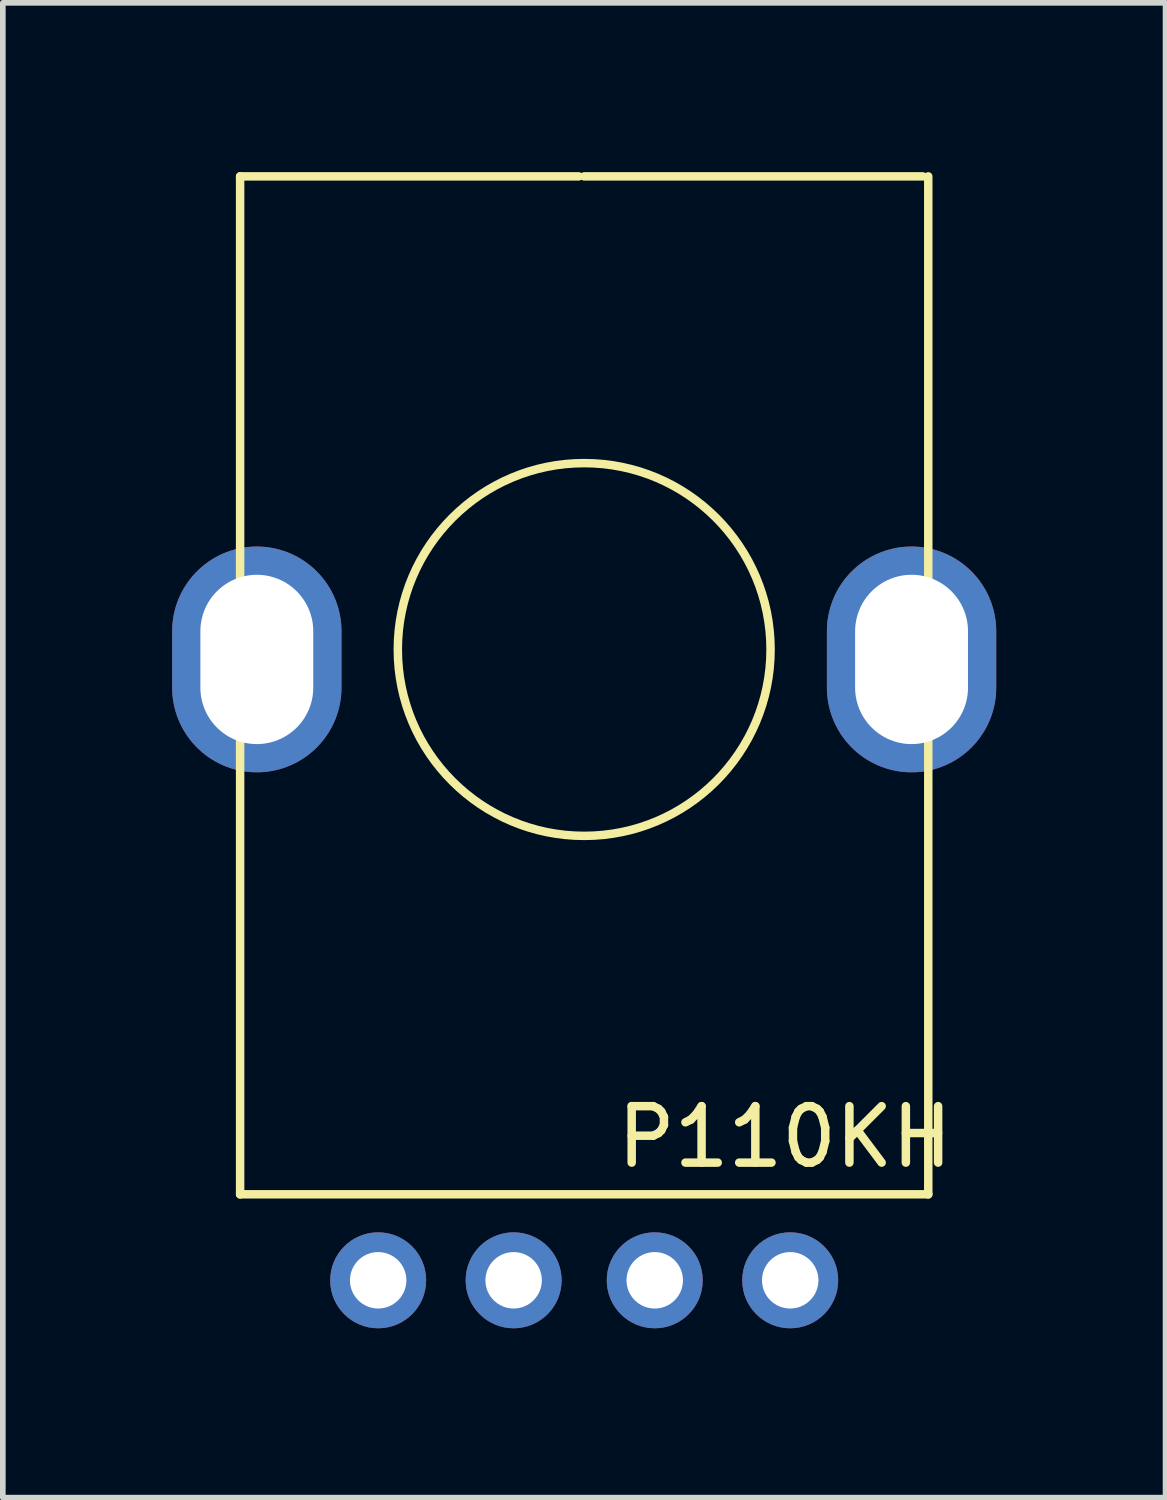
<source format=kicad_pcb>
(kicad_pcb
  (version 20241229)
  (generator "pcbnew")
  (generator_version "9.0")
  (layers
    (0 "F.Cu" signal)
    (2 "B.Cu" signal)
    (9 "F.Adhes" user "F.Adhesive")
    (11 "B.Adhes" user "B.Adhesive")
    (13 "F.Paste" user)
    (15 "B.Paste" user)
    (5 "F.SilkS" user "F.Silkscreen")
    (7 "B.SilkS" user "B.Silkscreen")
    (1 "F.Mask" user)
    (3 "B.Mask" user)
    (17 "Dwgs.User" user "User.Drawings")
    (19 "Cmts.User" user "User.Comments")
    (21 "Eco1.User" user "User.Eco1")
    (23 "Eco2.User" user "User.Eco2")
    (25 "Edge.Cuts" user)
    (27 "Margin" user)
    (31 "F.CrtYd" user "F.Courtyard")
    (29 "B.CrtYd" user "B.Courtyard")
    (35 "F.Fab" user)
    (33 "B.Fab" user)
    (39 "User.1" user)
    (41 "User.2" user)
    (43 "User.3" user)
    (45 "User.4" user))
  (footprint "P110KH"
    (layer "F.Cu")
    (at 7.3 19.633)
    (property "Reference" "P110KH" (at 3.556 -2.54 0) (layer "F.SilkS") (effects (font (size 1 1) (thickness 0.15))))
    (attr through_hole)
    (fp_line (start -6.096 -10.922) (end -6.096 -19.558) (stroke (width 0.15) (type solid)) (layer "F.SilkS"))
    (fp_line (start -6.096 -1.524) (end 6.096 -1.524) (stroke (width 0.15) (type solid)) (layer "F.SilkS"))
    (fp_line (start -6.096 -1.522) (end -6.096 -10.922) (stroke (width 0.15) (type solid)) (layer "F.SilkS"))
    (fp_line (start -0.096 -19.558) (end -6.096 -19.558) (stroke (width 0.15) (type solid)) (layer "F.SilkS"))
    (fp_line (start 6 -19.558) (end 0 -19.558) (stroke (width 0.15) (type solid)) (layer "F.SilkS"))
    (fp_line (start 6.096 -10.922) (end 6.096 -19.558) (stroke (width 0.15) (type solid)) (layer "F.SilkS"))
    (fp_line (start 6.096 -1.522) (end 6.096 -10.922) (stroke (width 0.15) (type solid)) (layer "F.SilkS"))
    (fp_circle (center 0 -11.176) (end 3.302 -11.176) (stroke (width 0.15) (type solid)) (fill no) (layer "F.SilkS"))
    (pad "" thru_hole oval (at -5.8 -11) (size 3 4) (drill oval 2 3) (layers "*.Cu" "*.Mask"))
    (pad "" thru_hole circle (at 3.65 0) (size 1.7 1.7) (drill 1) (layers "*.Cu" "*.Mask"))
    (pad "" thru_hole oval (at 5.8 -11) (size 3 4) (drill oval 2 3) (layers "*.Cu" "*.Mask"))
    (pad "1" thru_hole circle (at -3.65 0) (size 1.7 1.7) (drill 1) (layers "*.Cu" "*.Mask"))
    (pad "2" thru_hole circle (at -1.25 0) (size 1.7 1.7) (drill 1) (layers "*.Cu" "*.Mask"))
    (pad "3" thru_hole circle (at 1.25 0) (size 1.7 1.7) (drill 1) (layers "*.Cu" "*.Mask")))
  (gr_rect
    (start -3 -3)
    (end 17.6 23.483)
    (stroke (width 0.1) (type default))
    (fill no)
    (layer "Edge.Cuts")))
</source>
